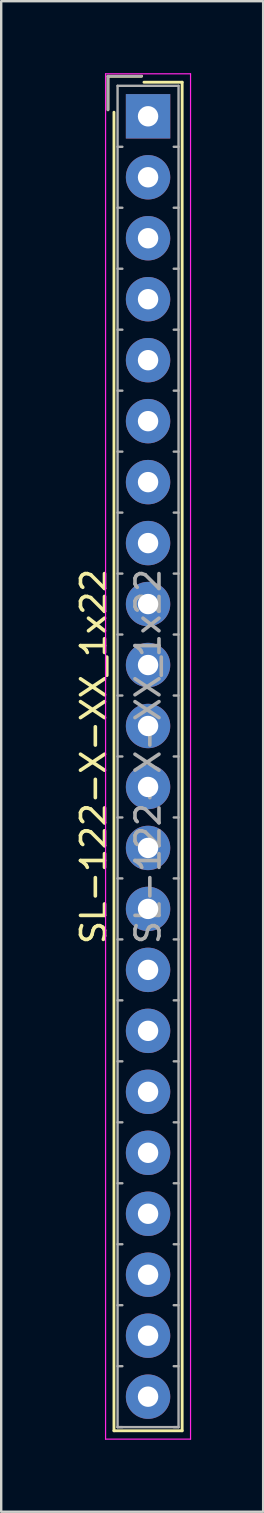
<source format=kicad_pcb>
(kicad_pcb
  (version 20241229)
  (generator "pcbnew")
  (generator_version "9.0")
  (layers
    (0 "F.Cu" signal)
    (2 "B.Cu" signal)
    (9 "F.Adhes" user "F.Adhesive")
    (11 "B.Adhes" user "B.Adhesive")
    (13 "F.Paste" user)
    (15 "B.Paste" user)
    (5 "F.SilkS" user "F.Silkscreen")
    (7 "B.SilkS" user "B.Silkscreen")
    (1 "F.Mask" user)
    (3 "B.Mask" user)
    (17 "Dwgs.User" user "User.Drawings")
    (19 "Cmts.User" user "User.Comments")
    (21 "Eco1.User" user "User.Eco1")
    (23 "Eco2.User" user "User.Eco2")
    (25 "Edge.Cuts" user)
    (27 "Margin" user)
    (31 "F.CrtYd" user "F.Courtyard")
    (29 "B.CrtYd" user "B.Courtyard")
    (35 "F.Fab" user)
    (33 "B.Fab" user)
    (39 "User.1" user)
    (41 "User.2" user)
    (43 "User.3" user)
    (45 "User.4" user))
  (footprint "SL-122-X-XX_1x22"
    (layer "F.Cu")
    (at 3.118 1.795)
    (property "Reference" "SL-122-X-XX_1x22" (at -2.27 26.67 90) (layer "F.SilkS") (effects (font (size 1 1) (thickness 0.15))))
    (attr through_hole)
    (fp_line (start -1.67 -1.67) (end -1.67 -0.27) (stroke (width 0.12) (type solid)) (layer "F.SilkS"))
    (fp_line (start -1.42 54.76) (end -1.42 -0.17) (stroke (width 0.12) (type solid)) (layer "F.SilkS"))
    (fp_line (start -0.27 -1.67) (end -1.67 -1.67) (stroke (width 0.12) (type solid)) (layer "F.SilkS"))
    (fp_line (start -0.17 -1.42) (end 1.42 -1.42) (stroke (width 0.12) (type solid)) (layer "F.SilkS"))
    (fp_line (start 1.42 -1.42) (end 1.42 54.76) (stroke (width 0.12) (type solid)) (layer "F.SilkS"))
    (fp_line (start 1.42 54.76) (end -1.42 54.76) (stroke (width 0.12) (type solid)) (layer "F.SilkS"))
    (fp_line (start -1.77 -1.77) (end -1.77 55.11) (stroke (width 0.05) (type solid)) (layer "F.CrtYd"))
    (fp_line (start -1.77 55.11) (end 1.77 55.11) (stroke (width 0.05) (type solid)) (layer "F.CrtYd"))
    (fp_line (start 1.77 -1.77) (end -1.77 -1.77) (stroke (width 0.05) (type solid)) (layer "F.CrtYd"))
    (fp_line (start 1.77 55.11) (end 1.77 -1.77) (stroke (width 0.05) (type solid)) (layer "F.CrtYd"))
    (fp_line (start -1.67 -1.67) (end -1.67 -0.27) (stroke (width 0.1) (type solid)) (layer "F.Fab"))
    (fp_line (start -1.27 -1.27) (end -1.27 54.61) (stroke (width 0.1) (type solid)) (layer "F.Fab"))
    (fp_line (start -1.27 1.27) (end -1.07 1.27) (stroke (width 0.1) (type solid)) (layer "F.Fab"))
    (fp_line (start -1.27 3.81) (end -1.07 3.81) (stroke (width 0.1) (type solid)) (layer "F.Fab"))
    (fp_line (start -1.27 6.35) (end -1.07 6.35) (stroke (width 0.1) (type solid)) (layer "F.Fab"))
    (fp_line (start -1.27 8.89) (end -1.07 8.89) (stroke (width 0.1) (type solid)) (layer "F.Fab"))
    (fp_line (start -1.27 11.43) (end -1.07 11.43) (stroke (width 0.1) (type solid)) (layer "F.Fab"))
    (fp_line (start -1.27 13.97) (end -1.07 13.97) (stroke (width 0.1) (type solid)) (layer "F.Fab"))
    (fp_line (start -1.27 16.51) (end -1.07 16.51) (stroke (width 0.1) (type solid)) (layer "F.Fab"))
    (fp_line (start -1.27 19.05) (end -1.07 19.05) (stroke (width 0.1) (type solid)) (layer "F.Fab"))
    (fp_line (start -1.27 21.59) (end -1.07 21.59) (stroke (width 0.1) (type solid)) (layer "F.Fab"))
    (fp_line (start -1.27 24.13) (end -1.07 24.13) (stroke (width 0.1) (type solid)) (layer "F.Fab"))
    (fp_line (start -1.27 26.67) (end -1.07 26.67) (stroke (width 0.1) (type solid)) (layer "F.Fab"))
    (fp_line (start -1.27 29.21) (end -1.07 29.21) (stroke (width 0.1) (type solid)) (layer "F.Fab"))
    (fp_line (start -1.27 31.75) (end -1.07 31.75) (stroke (width 0.1) (type solid)) (layer "F.Fab"))
    (fp_line (start -1.27 34.29) (end -1.07 34.29) (stroke (width 0.1) (type solid)) (layer "F.Fab"))
    (fp_line (start -1.27 36.83) (end -1.07 36.83) (stroke (width 0.1) (type solid)) (layer "F.Fab"))
    (fp_line (start -1.27 39.37) (end -1.07 39.37) (stroke (width 0.1) (type solid)) (layer "F.Fab"))
    (fp_line (start -1.27 41.91) (end -1.07 41.91) (stroke (width 0.1) (type solid)) (layer "F.Fab"))
    (fp_line (start -1.27 44.45) (end -1.07 44.45) (stroke (width 0.1) (type solid)) (layer "F.Fab"))
    (fp_line (start -1.27 46.99) (end -1.07 46.99) (stroke (width 0.1) (type solid)) (layer "F.Fab"))
    (fp_line (start -1.27 49.53) (end -1.07 49.53) (stroke (width 0.1) (type solid)) (layer "F.Fab"))
    (fp_line (start -1.27 52.07) (end -1.07 52.07) (stroke (width 0.1) (type solid)) (layer "F.Fab"))
    (fp_line (start -1.27 54.61) (end -1.07 54.61) (stroke (width 0.1) (type solid)) (layer "F.Fab"))
    (fp_line (start -1.27 54.61) (end 1.27 54.61) (stroke (width 0.1) (type solid)) (layer "F.Fab"))
    (fp_line (start -0.27 -1.67) (end -1.67 -1.67) (stroke (width 0.1) (type solid)) (layer "F.Fab"))
    (fp_line (start 1.27 -1.27) (end -1.27 -1.27) (stroke (width 0.1) (type solid)) (layer "F.Fab"))
    (fp_line (start 1.27 1.27) (end 1.07 1.27) (stroke (width 0.1) (type solid)) (layer "F.Fab"))
    (fp_line (start 1.27 3.81) (end 1.07 3.81) (stroke (width 0.1) (type solid)) (layer "F.Fab"))
    (fp_line (start 1.27 6.35) (end 1.07 6.35) (stroke (width 0.1) (type solid)) (layer "F.Fab"))
    (fp_line (start 1.27 8.89) (end 1.07 8.89) (stroke (width 0.1) (type solid)) (layer "F.Fab"))
    (fp_line (start 1.27 11.43) (end 1.07 11.43) (stroke (width 0.1) (type solid)) (layer "F.Fab"))
    (fp_line (start 1.27 13.97) (end 1.07 13.97) (stroke (width 0.1) (type solid)) (layer "F.Fab"))
    (fp_line (start 1.27 16.51) (end 1.07 16.51) (stroke (width 0.1) (type solid)) (layer "F.Fab"))
    (fp_line (start 1.27 19.05) (end 1.07 19.05) (stroke (width 0.1) (type solid)) (layer "F.Fab"))
    (fp_line (start 1.27 21.59) (end 1.07 21.59) (stroke (width 0.1) (type solid)) (layer "F.Fab"))
    (fp_line (start 1.27 24.13) (end 1.07 24.13) (stroke (width 0.1) (type solid)) (layer "F.Fab"))
    (fp_line (start 1.27 26.67) (end 1.07 26.67) (stroke (width 0.1) (type solid)) (layer "F.Fab"))
    (fp_line (start 1.27 29.21) (end 1.07 29.21) (stroke (width 0.1) (type solid)) (layer "F.Fab"))
    (fp_line (start 1.27 31.75) (end 1.07 31.75) (stroke (width 0.1) (type solid)) (layer "F.Fab"))
    (fp_line (start 1.27 34.29) (end 1.07 34.29) (stroke (width 0.1) (type solid)) (layer "F.Fab"))
    (fp_line (start 1.27 36.83) (end 1.07 36.83) (stroke (width 0.1) (type solid)) (layer "F.Fab"))
    (fp_line (start 1.27 39.37) (end 1.07 39.37) (stroke (width 0.1) (type solid)) (layer "F.Fab"))
    (fp_line (start 1.27 41.91) (end 1.07 41.91) (stroke (width 0.1) (type solid)) (layer "F.Fab"))
    (fp_line (start 1.27 44.45) (end 1.07 44.45) (stroke (width 0.1) (type solid)) (layer "F.Fab"))
    (fp_line (start 1.27 46.99) (end 1.07 46.99) (stroke (width 0.1) (type solid)) (layer "F.Fab"))
    (fp_line (start 1.27 49.53) (end 1.07 49.53) (stroke (width 0.1) (type solid)) (layer "F.Fab"))
    (fp_line (start 1.27 52.07) (end 1.07 52.07) (stroke (width 0.1) (type solid)) (layer "F.Fab"))
    (fp_line (start 1.27 54.61) (end 1.07 54.61) (stroke (width 0.1) (type solid)) (layer "F.Fab"))
    (fp_line (start 1.27 54.61) (end 1.27 -1.27) (stroke (width 0.1) (type solid)) (layer "F.Fab"))
    (fp_text user "${REFERENCE}" (at 0 26.67 90) (layer "F.Fab") (effects (font (size 1 1) (thickness 0.15))))
    (pad "1" thru_hole rect (at 0 0) (size 1.85 1.85) (drill 0.85) (layers "*.Cu" "*.Mask"))
    (pad "2" thru_hole circle (at 0 2.54) (size 1.85 1.85) (drill 0.85) (layers "*.Cu" "*.Mask"))
    (pad "3" thru_hole circle (at 0 5.08) (size 1.85 1.85) (drill 0.85) (layers "*.Cu" "*.Mask"))
    (pad "4" thru_hole circle (at 0 7.62) (size 1.85 1.85) (drill 0.85) (layers "*.Cu" "*.Mask"))
    (pad "5" thru_hole circle (at 0 10.16) (size 1.85 1.85) (drill 0.85) (layers "*.Cu" "*.Mask"))
    (pad "6" thru_hole circle (at 0 12.7) (size 1.85 1.85) (drill 0.85) (layers "*.Cu" "*.Mask"))
    (pad "7" thru_hole circle (at 0 15.24) (size 1.85 1.85) (drill 0.85) (layers "*.Cu" "*.Mask"))
    (pad "8" thru_hole circle (at 0 17.78) (size 1.85 1.85) (drill 0.85) (layers "*.Cu" "*.Mask"))
    (pad "9" thru_hole circle (at 0 20.32) (size 1.85 1.85) (drill 0.85) (layers "*.Cu" "*.Mask"))
    (pad "10" thru_hole circle (at 0 22.86) (size 1.85 1.85) (drill 0.85) (layers "*.Cu" "*.Mask"))
    (pad "11" thru_hole circle (at 0 25.4) (size 1.85 1.85) (drill 0.85) (layers "*.Cu" "*.Mask"))
    (pad "12" thru_hole circle (at 0 27.94) (size 1.85 1.85) (drill 0.85) (layers "*.Cu" "*.Mask"))
    (pad "13" thru_hole circle (at 0 30.48) (size 1.85 1.85) (drill 0.85) (layers "*.Cu" "*.Mask"))
    (pad "14" thru_hole circle (at 0 33.02) (size 1.85 1.85) (drill 0.85) (layers "*.Cu" "*.Mask"))
    (pad "15" thru_hole circle (at 0 35.56) (size 1.85 1.85) (drill 0.85) (layers "*.Cu" "*.Mask"))
    (pad "16" thru_hole circle (at 0 38.1) (size 1.85 1.85) (drill 0.85) (layers "*.Cu" "*.Mask"))
    (pad "17" thru_hole circle (at 0 40.64) (size 1.85 1.85) (drill 0.85) (layers "*.Cu" "*.Mask"))
    (pad "18" thru_hole circle (at 0 43.18) (size 1.85 1.85) (drill 0.85) (layers "*.Cu" "*.Mask"))
    (pad "19" thru_hole circle (at 0 45.72) (size 1.85 1.85) (drill 0.85) (layers "*.Cu" "*.Mask"))
    (pad "20" thru_hole circle (at 0 48.26) (size 1.85 1.85) (drill 0.85) (layers "*.Cu" "*.Mask"))
    (pad "21" thru_hole circle (at 0 50.8) (size 1.85 1.85) (drill 0.85) (layers "*.Cu" "*.Mask"))
    (pad "22" thru_hole circle (at 0 53.34) (size 1.85 1.85) (drill 0.85) (layers "*.Cu" "*.Mask")))
  (gr_rect
    (start -3 -3)
    (end 7.913 59.93)
    (stroke (width 0.1) (type default))
    (fill no)
    (layer "Edge.Cuts")))
</source>
